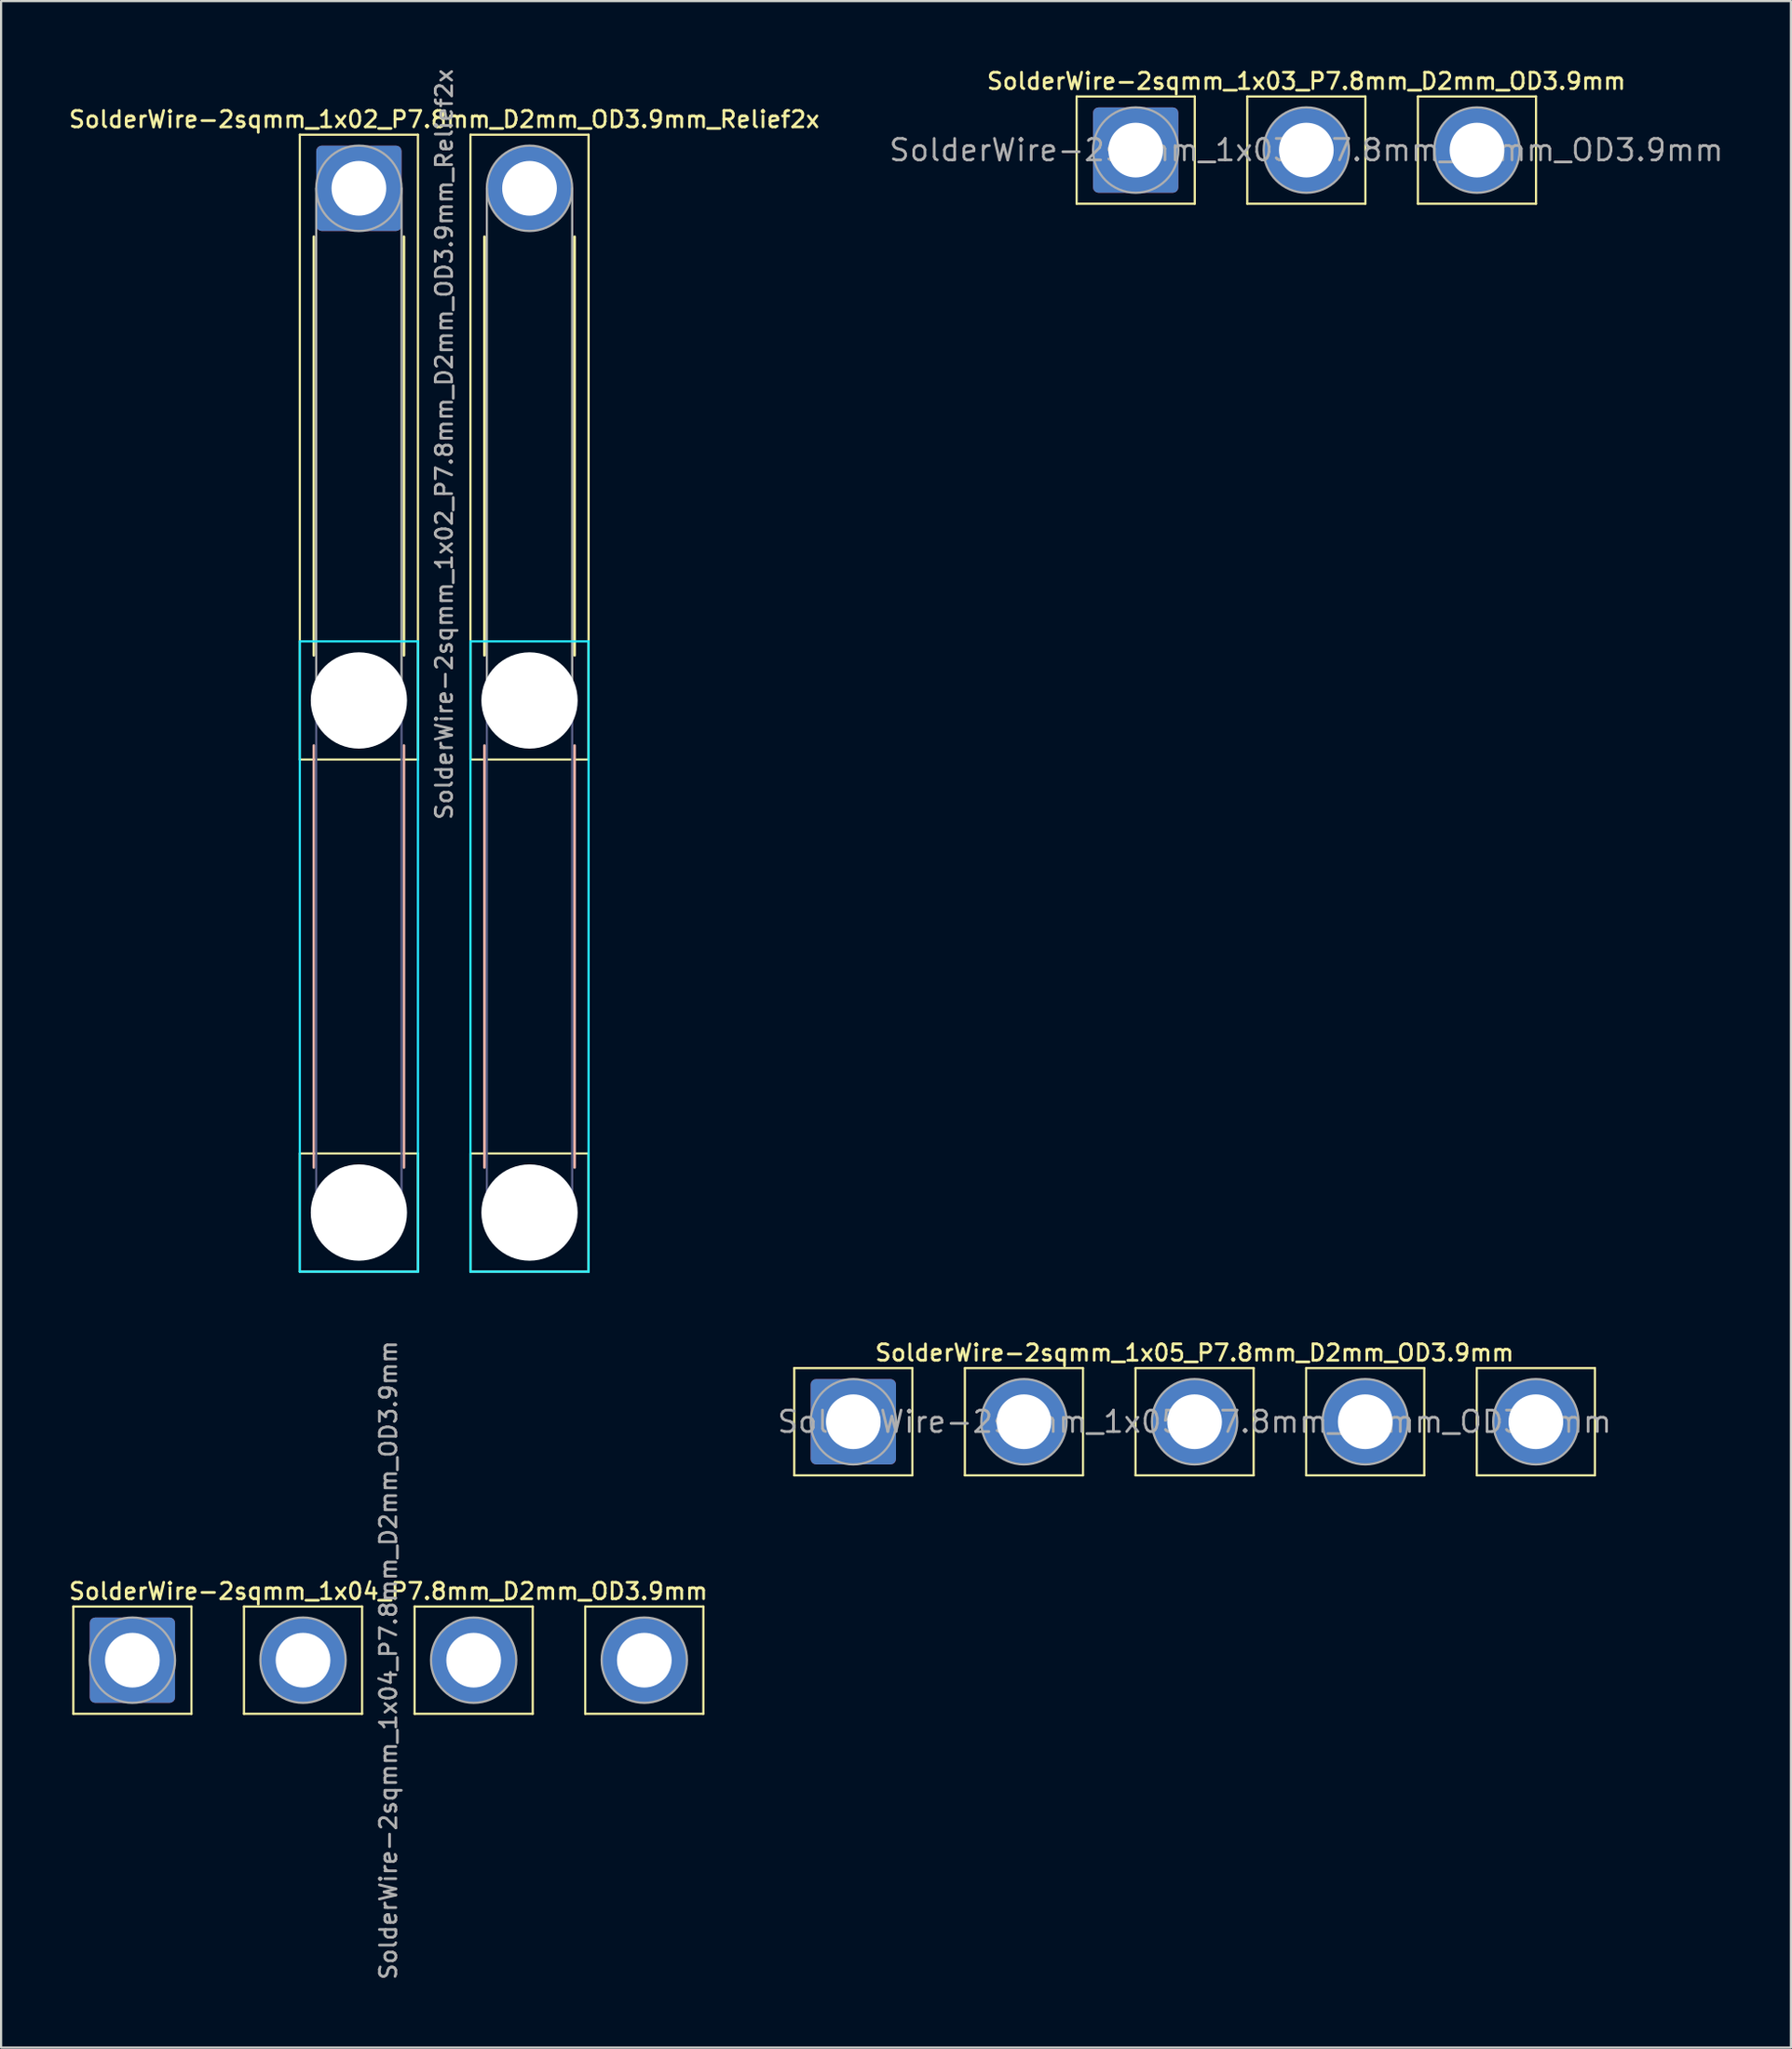
<source format=kicad_pcb>
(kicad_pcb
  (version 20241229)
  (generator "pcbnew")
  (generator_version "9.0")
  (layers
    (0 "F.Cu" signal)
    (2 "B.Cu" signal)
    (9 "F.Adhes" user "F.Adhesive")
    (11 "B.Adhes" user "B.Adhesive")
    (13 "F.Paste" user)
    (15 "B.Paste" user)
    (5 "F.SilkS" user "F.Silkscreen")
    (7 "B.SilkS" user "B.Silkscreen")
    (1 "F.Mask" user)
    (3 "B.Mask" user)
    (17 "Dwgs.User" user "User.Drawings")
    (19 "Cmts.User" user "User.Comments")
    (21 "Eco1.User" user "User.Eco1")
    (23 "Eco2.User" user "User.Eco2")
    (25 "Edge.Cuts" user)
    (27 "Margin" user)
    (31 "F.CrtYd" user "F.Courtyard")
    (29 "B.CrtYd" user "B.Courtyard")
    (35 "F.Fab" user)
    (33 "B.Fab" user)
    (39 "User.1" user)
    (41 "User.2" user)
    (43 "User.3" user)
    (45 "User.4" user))
  (footprint "SolderWire-2sqmm_1x03_P7.8mm_D2mm_OD3.9mm"
    (layer "F.Cu")
    (at 48.864 3.808)
    (property "Reference" "SolderWire-2sqmm_1x03_P7.8mm_D2mm_OD3.9mm" (at 7.8 -3.15 0) (layer "F.SilkS") (effects (font (size 0.75 0.75) (thickness 0.125))))
    (attr exclude_from_pos_files exclude_from_bom)
    (fp_line (start -2.7 -2.45) (end -2.7 2.45) (stroke (width 0.1) (type solid)) (layer "F.SilkS"))
    (fp_line (start -2.7 2.45) (end 2.7 2.45) (stroke (width 0.1) (type solid)) (layer "F.SilkS"))
    (fp_line (start 2.7 -2.45) (end -2.7 -2.45) (stroke (width 0.1) (type solid)) (layer "F.SilkS"))
    (fp_line (start 2.7 2.45) (end 2.7 -2.45) (stroke (width 0.1) (type solid)) (layer "F.SilkS"))
    (fp_line (start 5.1 -2.45) (end 5.1 2.45) (stroke (width 0.1) (type solid)) (layer "F.SilkS"))
    (fp_line (start 5.1 2.45) (end 10.5 2.45) (stroke (width 0.1) (type solid)) (layer "F.SilkS"))
    (fp_line (start 10.5 -2.45) (end 5.1 -2.45) (stroke (width 0.1) (type solid)) (layer "F.SilkS"))
    (fp_line (start 10.5 2.45) (end 10.5 -2.45) (stroke (width 0.1) (type solid)) (layer "F.SilkS"))
    (fp_line (start 12.9 -2.45) (end 12.9 2.45) (stroke (width 0.1) (type solid)) (layer "F.SilkS"))
    (fp_line (start 12.9 2.45) (end 18.3 2.45) (stroke (width 0.1) (type solid)) (layer "F.SilkS"))
    (fp_line (start 18.3 -2.45) (end 12.9 -2.45) (stroke (width 0.1) (type solid)) (layer "F.SilkS"))
    (fp_line (start 18.3 2.45) (end 18.3 -2.45) (stroke (width 0.1) (type solid)) (layer "F.SilkS"))
    (fp_circle (center 0 0) (end 1.95 0) (stroke (width 0.1) (type solid)) (fill no) (layer "F.Fab"))
    (fp_circle (center 7.8 0) (end 9.75 0) (stroke (width 0.1) (type solid)) (fill no) (layer "F.Fab"))
    (fp_circle (center 15.6 0) (end 17.55 0) (stroke (width 0.1) (type solid)) (fill no) (layer "F.Fab"))
    (fp_text user "${REFERENCE}" (at 7.8 0 0) (layer "F.Fab") (effects (font (size 0.98 0.98) (thickness 0.125))))
    (pad "1" thru_hole roundrect (at 0 0) (size 3.9 3.9) (drill 2.5) (layers "*.Cu" "*.Mask") (roundrect_rratio 0.064))
    (pad "2" thru_hole circle (at 7.8 0) (size 3.9 3.9) (drill 2.5) (layers "*.Cu" "*.Mask"))
    (pad "3" thru_hole circle (at 15.6 0) (size 3.9 3.9) (drill 2.5) (layers "*.Cu" "*.Mask")))
  (footprint "SolderWire-2sqmm_1x02_P7.8mm_D2mm_OD3.9mm_Relief2x"
    (layer "F.Cu")
    (at 13.355 5.555)
    (property "Reference" "SolderWire-2sqmm_1x02_P7.8mm_D2mm_OD3.9mm_Relief2x" (at 3.9 -3.15 0) (layer "F.SilkS") (effects (font (size 0.75 0.75) (thickness 0.125))))
    (attr exclude_from_pos_files exclude_from_bom)
    (fp_line (start -2.7 -2.45) (end -2.7 26.1) (stroke (width 0.1) (type solid)) (layer "F.SilkS"))
    (fp_line (start -2.7 26.1) (end 2.7 26.1) (stroke (width 0.1) (type solid)) (layer "F.SilkS"))
    (fp_line (start -2.7 44.1) (end -2.7 49.5) (stroke (width 0.1) (type solid)) (layer "F.SilkS"))
    (fp_line (start -2.7 49.5) (end 2.7 49.5) (stroke (width 0.1) (type solid)) (layer "F.SilkS"))
    (fp_line (start -2.06 2.21) (end -2.06 21.34) (stroke (width 0.12) (type solid)) (layer "F.SilkS"))
    (fp_line (start 2.06 2.21) (end 2.06 21.34) (stroke (width 0.12) (type solid)) (layer "F.SilkS"))
    (fp_line (start 2.7 -2.45) (end -2.7 -2.45) (stroke (width 0.1) (type solid)) (layer "F.SilkS"))
    (fp_line (start 2.7 26.1) (end 2.7 -2.45) (stroke (width 0.1) (type solid)) (layer "F.SilkS"))
    (fp_line (start 2.7 44.1) (end -2.7 44.1) (stroke (width 0.1) (type solid)) (layer "F.SilkS"))
    (fp_line (start 2.7 49.5) (end 2.7 44.1) (stroke (width 0.1) (type solid)) (layer "F.SilkS"))
    (fp_line (start 5.1 -2.45) (end 5.1 26.1) (stroke (width 0.1) (type solid)) (layer "F.SilkS"))
    (fp_line (start 5.1 26.1) (end 10.5 26.1) (stroke (width 0.1) (type solid)) (layer "F.SilkS"))
    (fp_line (start 5.1 44.1) (end 5.1 49.5) (stroke (width 0.1) (type solid)) (layer "F.SilkS"))
    (fp_line (start 5.1 49.5) (end 10.5 49.5) (stroke (width 0.1) (type solid)) (layer "F.SilkS"))
    (fp_line (start 5.74 2.21) (end 5.74 21.34) (stroke (width 0.12) (type solid)) (layer "F.SilkS"))
    (fp_line (start 9.86 2.21) (end 9.86 21.34) (stroke (width 0.12) (type solid)) (layer "F.SilkS"))
    (fp_line (start 10.5 -2.45) (end 5.1 -2.45) (stroke (width 0.1) (type solid)) (layer "F.SilkS"))
    (fp_line (start 10.5 26.1) (end 10.5 -2.45) (stroke (width 0.1) (type solid)) (layer "F.SilkS"))
    (fp_line (start 10.5 44.1) (end 5.1 44.1) (stroke (width 0.1) (type solid)) (layer "F.SilkS"))
    (fp_line (start 10.5 49.5) (end 10.5 44.1) (stroke (width 0.1) (type solid)) (layer "F.SilkS"))
    (fp_line (start -2.06 25.46) (end -2.06 44.74) (stroke (width 0.12) (type solid)) (layer "B.SilkS"))
    (fp_line (start 2.06 25.46) (end 2.06 44.74) (stroke (width 0.12) (type solid)) (layer "B.SilkS"))
    (fp_line (start 5.74 25.46) (end 5.74 44.74) (stroke (width 0.12) (type solid)) (layer "B.SilkS"))
    (fp_line (start 9.86 25.46) (end 9.86 44.74) (stroke (width 0.12) (type solid)) (layer "B.SilkS"))
    (fp_line (start -2.7 20.7) (end -2.7 49.5) (stroke (width 0.1) (type solid)) (layer "B.CrtYd"))
    (fp_line (start -2.7 49.5) (end 2.7 49.5) (stroke (width 0.1) (type solid)) (layer "B.CrtYd"))
    (fp_line (start 2.7 20.7) (end -2.7 20.7) (stroke (width 0.1) (type solid)) (layer "B.CrtYd"))
    (fp_line (start 2.7 49.5) (end 2.7 20.7) (stroke (width 0.1) (type solid)) (layer "B.CrtYd"))
    (fp_line (start 5.1 20.7) (end 5.1 49.5) (stroke (width 0.1) (type solid)) (layer "B.CrtYd"))
    (fp_line (start 5.1 49.5) (end 10.5 49.5) (stroke (width 0.1) (type solid)) (layer "B.CrtYd"))
    (fp_line (start 10.5 20.7) (end 5.1 20.7) (stroke (width 0.1) (type solid)) (layer "B.CrtYd"))
    (fp_line (start 10.5 49.5) (end 10.5 20.7) (stroke (width 0.1) (type solid)) (layer "B.CrtYd"))
    (fp_line (start -1.95 23.4) (end -1.95 46.8) (stroke (width 0.1) (type solid)) (layer "B.Fab"))
    (fp_line (start 1.95 23.4) (end 1.95 46.8) (stroke (width 0.1) (type solid)) (layer "B.Fab"))
    (fp_line (start 5.85 23.4) (end 5.85 46.8) (stroke (width 0.1) (type solid)) (layer "B.Fab"))
    (fp_line (start 9.75 23.4) (end 9.75 46.8) (stroke (width 0.1) (type solid)) (layer "B.Fab"))
    (fp_circle (center 0 23.4) (end 1.95 23.4) (stroke (width 0.1) (type solid)) (fill no) (layer "B.Fab"))
    (fp_circle (center 0 46.8) (end 1.95 46.8) (stroke (width 0.1) (type solid)) (fill no) (layer "B.Fab"))
    (fp_circle (center 7.8 23.4) (end 9.75 23.4) (stroke (width 0.1) (type solid)) (fill no) (layer "B.Fab"))
    (fp_circle (center 7.8 46.8) (end 9.75 46.8) (stroke (width 0.1) (type solid)) (fill no) (layer "B.Fab"))
    (fp_line (start -1.95 0) (end -1.95 23.4) (stroke (width 0.1) (type solid)) (layer "F.Fab"))
    (fp_line (start 1.95 0) (end 1.95 23.4) (stroke (width 0.1) (type solid)) (layer "F.Fab"))
    (fp_line (start 5.85 0) (end 5.85 23.4) (stroke (width 0.1) (type solid)) (layer "F.Fab"))
    (fp_line (start 9.75 0) (end 9.75 23.4) (stroke (width 0.1) (type solid)) (layer "F.Fab"))
    (fp_circle (center 0 0) (end 1.95 0) (stroke (width 0.1) (type solid)) (fill no) (layer "F.Fab"))
    (fp_circle (center 0 23.4) (end 1.95 23.4) (stroke (width 0.1) (type solid)) (fill no) (layer "F.Fab"))
    (fp_circle (center 0 46.8) (end 1.95 46.8) (stroke (width 0.1) (type solid)) (fill no) (layer "F.Fab"))
    (fp_circle (center 7.8 0) (end 9.75 0) (stroke (width 0.1) (type solid)) (fill no) (layer "F.Fab"))
    (fp_circle (center 7.8 23.4) (end 9.75 23.4) (stroke (width 0.1) (type solid)) (fill no) (layer "F.Fab"))
    (fp_circle (center 7.8 46.8) (end 9.75 46.8) (stroke (width 0.1) (type solid)) (fill no) (layer "F.Fab"))
    (fp_text user "${REFERENCE}" (at 3.9 11.7 90) (layer "F.Fab") (effects (font (size 0.75 0.75) (thickness 0.125))))
    (pad "" np_thru_hole circle (at 0 23.4) (size 4.4 4.4) (drill 4.4) (layers "*.Cu" "*.Mask"))
    (pad "" np_thru_hole circle (at 0 46.8) (size 4.4 4.4) (drill 4.4) (layers "*.Cu" "*.Mask"))
    (pad "" np_thru_hole circle (at 7.8 23.4) (size 4.4 4.4) (drill 4.4) (layers "*.Cu" "*.Mask"))
    (pad "" np_thru_hole circle (at 7.8 46.8) (size 4.4 4.4) (drill 4.4) (layers "*.Cu" "*.Mask"))
    (pad "1" thru_hole roundrect (at 0 0) (size 3.9 3.9) (drill 2.5) (layers "*.Cu" "*.Mask") (roundrect_rratio 0.064))
    (pad "2" thru_hole circle (at 7.8 0) (size 3.9 3.9) (drill 2.5) (layers "*.Cu" "*.Mask")))
  (footprint "SolderWire-2sqmm_1x04_P7.8mm_D2mm_OD3.9mm"
    (layer "F.Cu")
    (at 3.002 72.807)
    (property "Reference" "SolderWire-2sqmm_1x04_P7.8mm_D2mm_OD3.9mm" (at 11.7 -3.15 0) (layer "F.SilkS") (effects (font (size 0.75 0.75) (thickness 0.125))))
    (attr exclude_from_pos_files exclude_from_bom)
    (fp_line (start -2.7 -2.45) (end -2.7 2.45) (stroke (width 0.1) (type solid)) (layer "F.SilkS"))
    (fp_line (start -2.7 2.45) (end 2.7 2.45) (stroke (width 0.1) (type solid)) (layer "F.SilkS"))
    (fp_line (start 2.7 -2.45) (end -2.7 -2.45) (stroke (width 0.1) (type solid)) (layer "F.SilkS"))
    (fp_line (start 2.7 2.45) (end 2.7 -2.45) (stroke (width 0.1) (type solid)) (layer "F.SilkS"))
    (fp_line (start 5.1 -2.45) (end 5.1 2.45) (stroke (width 0.1) (type solid)) (layer "F.SilkS"))
    (fp_line (start 5.1 2.45) (end 10.5 2.45) (stroke (width 0.1) (type solid)) (layer "F.SilkS"))
    (fp_line (start 10.5 -2.45) (end 5.1 -2.45) (stroke (width 0.1) (type solid)) (layer "F.SilkS"))
    (fp_line (start 10.5 2.45) (end 10.5 -2.45) (stroke (width 0.1) (type solid)) (layer "F.SilkS"))
    (fp_line (start 12.9 -2.45) (end 12.9 2.45) (stroke (width 0.1) (type solid)) (layer "F.SilkS"))
    (fp_line (start 12.9 2.45) (end 18.3 2.45) (stroke (width 0.1) (type solid)) (layer "F.SilkS"))
    (fp_line (start 18.3 -2.45) (end 12.9 -2.45) (stroke (width 0.1) (type solid)) (layer "F.SilkS"))
    (fp_line (start 18.3 2.45) (end 18.3 -2.45) (stroke (width 0.1) (type solid)) (layer "F.SilkS"))
    (fp_line (start 20.7 -2.45) (end 20.7 2.45) (stroke (width 0.1) (type solid)) (layer "F.SilkS"))
    (fp_line (start 20.7 2.45) (end 26.1 2.45) (stroke (width 0.1) (type solid)) (layer "F.SilkS"))
    (fp_line (start 26.1 -2.45) (end 20.7 -2.45) (stroke (width 0.1) (type solid)) (layer "F.SilkS"))
    (fp_line (start 26.1 2.45) (end 26.1 -2.45) (stroke (width 0.1) (type solid)) (layer "F.SilkS"))
    (fp_circle (center 0 0) (end 1.95 0) (stroke (width 0.1) (type solid)) (fill no) (layer "F.Fab"))
    (fp_circle (center 7.8 0) (end 9.75 0) (stroke (width 0.1) (type solid)) (fill no) (layer "F.Fab"))
    (fp_circle (center 15.6 0) (end 17.55 0) (stroke (width 0.1) (type solid)) (fill no) (layer "F.Fab"))
    (fp_circle (center 23.4 0) (end 25.35 0) (stroke (width 0.1) (type solid)) (fill no) (layer "F.Fab"))
    (fp_text user "${REFERENCE}" (at 11.7 0 90) (layer "F.Fab") (effects (font (size 0.75 0.75) (thickness 0.125))))
    (pad "1" thru_hole roundrect (at 0 0) (size 3.9 3.9) (drill 2.5) (layers "*.Cu" "*.Mask") (roundrect_rratio 0.064))
    (pad "2" thru_hole circle (at 7.8 0) (size 3.9 3.9) (drill 2.5) (layers "*.Cu" "*.Mask"))
    (pad "3" thru_hole circle (at 15.6 0) (size 3.9 3.9) (drill 2.5) (layers "*.Cu" "*.Mask"))
    (pad "4" thru_hole circle (at 23.4 0) (size 3.9 3.9) (drill 2.5) (layers "*.Cu" "*.Mask")))
  (footprint "SolderWire-2sqmm_1x05_P7.8mm_D2mm_OD3.9mm"
    (layer "F.Cu")
    (at 35.956 61.913)
    (property "Reference" "SolderWire-2sqmm_1x05_P7.8mm_D2mm_OD3.9mm" (at 15.6 -3.15 0) (layer "F.SilkS") (effects (font (size 0.75 0.75) (thickness 0.125))))
    (attr exclude_from_pos_files exclude_from_bom)
    (fp_line (start -2.7 -2.45) (end -2.7 2.45) (stroke (width 0.1) (type solid)) (layer "F.SilkS"))
    (fp_line (start -2.7 2.45) (end 2.7 2.45) (stroke (width 0.1) (type solid)) (layer "F.SilkS"))
    (fp_line (start 2.7 -2.45) (end -2.7 -2.45) (stroke (width 0.1) (type solid)) (layer "F.SilkS"))
    (fp_line (start 2.7 2.45) (end 2.7 -2.45) (stroke (width 0.1) (type solid)) (layer "F.SilkS"))
    (fp_line (start 5.1 -2.45) (end 5.1 2.45) (stroke (width 0.1) (type solid)) (layer "F.SilkS"))
    (fp_line (start 5.1 2.45) (end 10.5 2.45) (stroke (width 0.1) (type solid)) (layer "F.SilkS"))
    (fp_line (start 10.5 -2.45) (end 5.1 -2.45) (stroke (width 0.1) (type solid)) (layer "F.SilkS"))
    (fp_line (start 10.5 2.45) (end 10.5 -2.45) (stroke (width 0.1) (type solid)) (layer "F.SilkS"))
    (fp_line (start 12.9 -2.45) (end 12.9 2.45) (stroke (width 0.1) (type solid)) (layer "F.SilkS"))
    (fp_line (start 12.9 2.45) (end 18.3 2.45) (stroke (width 0.1) (type solid)) (layer "F.SilkS"))
    (fp_line (start 18.3 -2.45) (end 12.9 -2.45) (stroke (width 0.1) (type solid)) (layer "F.SilkS"))
    (fp_line (start 18.3 2.45) (end 18.3 -2.45) (stroke (width 0.1) (type solid)) (layer "F.SilkS"))
    (fp_line (start 20.7 -2.45) (end 20.7 2.45) (stroke (width 0.1) (type solid)) (layer "F.SilkS"))
    (fp_line (start 20.7 2.45) (end 26.1 2.45) (stroke (width 0.1) (type solid)) (layer "F.SilkS"))
    (fp_line (start 26.1 -2.45) (end 20.7 -2.45) (stroke (width 0.1) (type solid)) (layer "F.SilkS"))
    (fp_line (start 26.1 2.45) (end 26.1 -2.45) (stroke (width 0.1) (type solid)) (layer "F.SilkS"))
    (fp_line (start 28.5 -2.45) (end 28.5 2.45) (stroke (width 0.1) (type solid)) (layer "F.SilkS"))
    (fp_line (start 28.5 2.45) (end 33.9 2.45) (stroke (width 0.1) (type solid)) (layer "F.SilkS"))
    (fp_line (start 33.9 -2.45) (end 28.5 -2.45) (stroke (width 0.1) (type solid)) (layer "F.SilkS"))
    (fp_line (start 33.9 2.45) (end 33.9 -2.45) (stroke (width 0.1) (type solid)) (layer "F.SilkS"))
    (fp_circle (center 0 0) (end 1.95 0) (stroke (width 0.1) (type solid)) (fill no) (layer "F.Fab"))
    (fp_circle (center 7.8 0) (end 9.75 0) (stroke (width 0.1) (type solid)) (fill no) (layer "F.Fab"))
    (fp_circle (center 15.6 0) (end 17.55 0) (stroke (width 0.1) (type solid)) (fill no) (layer "F.Fab"))
    (fp_circle (center 23.4 0) (end 25.35 0) (stroke (width 0.1) (type solid)) (fill no) (layer "F.Fab"))
    (fp_circle (center 31.2 0) (end 33.15 0) (stroke (width 0.1) (type solid)) (fill no) (layer "F.Fab"))
    (fp_text user "${REFERENCE}" (at 15.6 0 0) (layer "F.Fab") (effects (font (size 0.98 0.98) (thickness 0.125))))
    (pad "1" thru_hole roundrect (at 0 0) (size 3.9 3.9) (drill 2.5) (layers "*.Cu" "*.Mask") (roundrect_rratio 0.064))
    (pad "2" thru_hole circle (at 7.8 0) (size 3.9 3.9) (drill 2.5) (layers "*.Cu" "*.Mask"))
    (pad "3" thru_hole circle (at 15.6 0) (size 3.9 3.9) (drill 2.5) (layers "*.Cu" "*.Mask"))
    (pad "4" thru_hole circle (at 23.4 0) (size 3.9 3.9) (drill 2.5) (layers "*.Cu" "*.Mask"))
    (pad "5" thru_hole circle (at 31.2 0) (size 3.9 3.9) (drill 2.5) (layers "*.Cu" "*.Mask")))
  (gr_rect
    (start -3 -3)
    (end 78.816 90.509)
    (stroke (width 0.1) (type default))
    (fill no)
    (layer "Edge.Cuts")))
</source>
